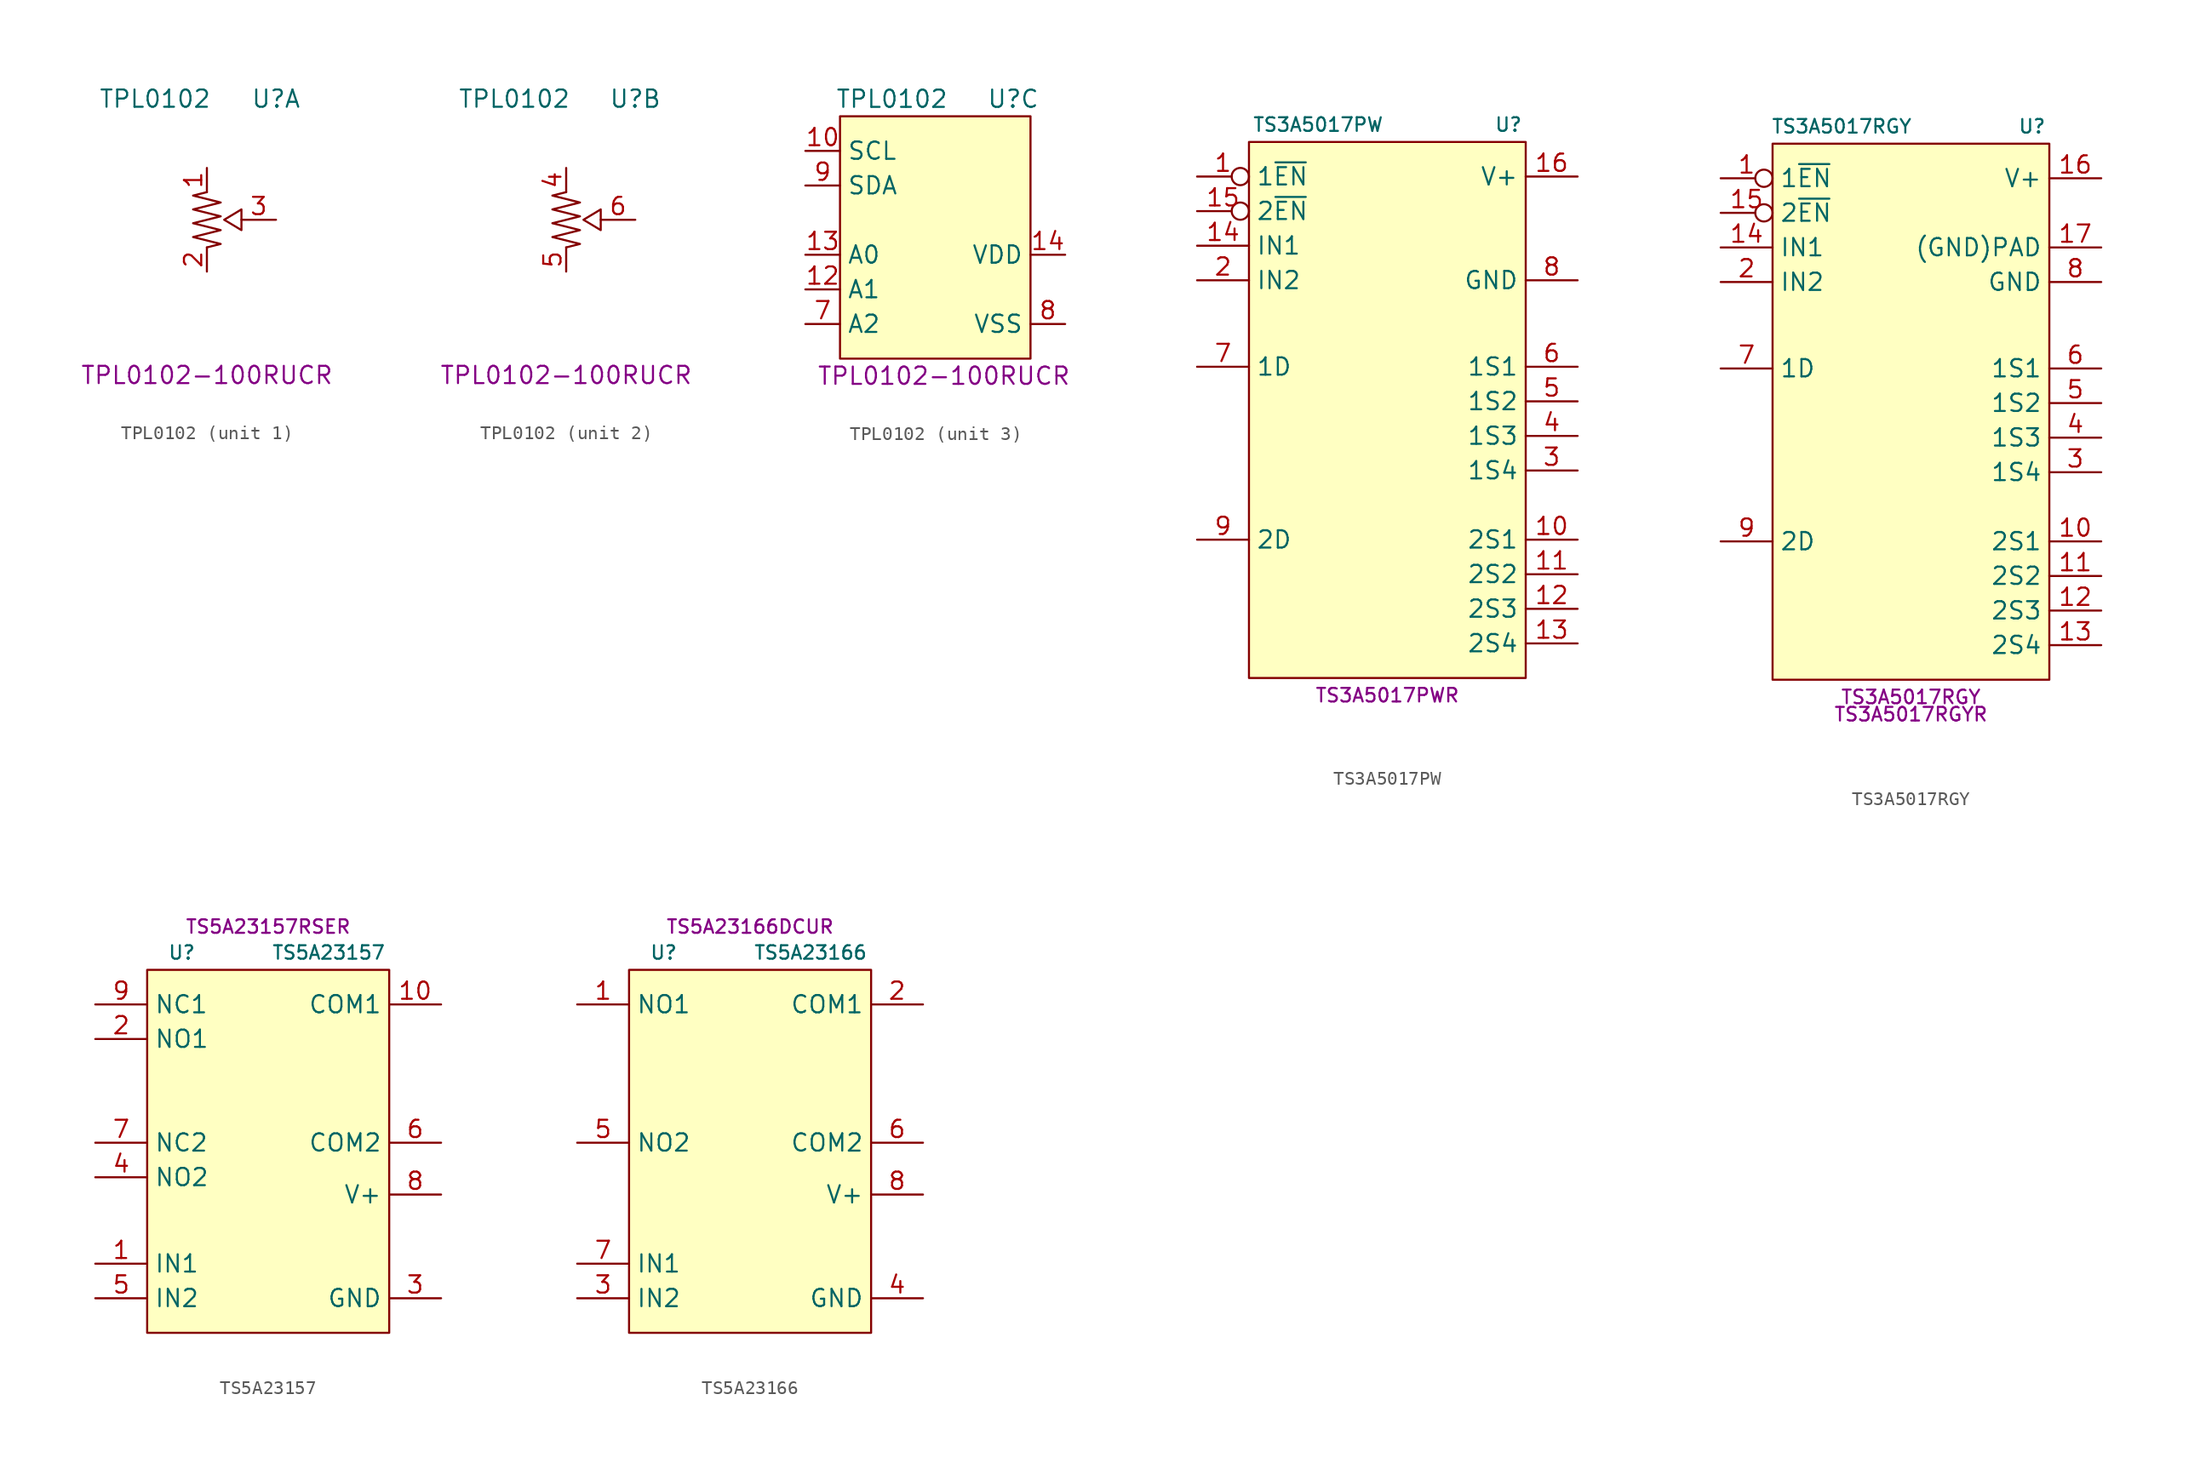
<source format=kicad_sym>
(kicad_symbol_lib
  (version 20231120)
  (generator "kicad_symbol_editor")
  (generator_version "8.0")
  (symbol "TPL0102"
    (property "Reference" "U"
      (at 5.08 8.89 0)
      (effects (font (size 1.27 1.27))))
    (property "Value" "TPL0102"
      (at -3.81 8.89 0)
      (effects (font (size 1.27 1.27))))
    (property "MPN" "TPL0102-100RUCR"
      (at 0 -11.43 0)
      (effects (font (size 1.27 1.27))))
    (property "ki_locked" ""
      (at 0 0 0)
      (effects (font (size 1.27 1.27))))
    (symbol "TPL0102_1_1"
      (polyline (pts (xy 2.54 0.762) (xy 1.27 0) (xy 2.54 -0.762) (xy 2.54 0.762)) (stroke (width 0) (type default)) (fill (type none)))
      (polyline (pts (xy 0 2.032) (xy -1.016 1.778) (xy 1.016 1.27) (xy -1.016 0.762) (xy 1.016 0.254) (xy -1.016 -0.254) (xy 1.016 -0.762) (xy -1.016 -1.27) (xy 1.016 -1.778) (xy 0 -2.032)) (stroke (width 0) (type default)) (fill (type none)))
      (pin passive line (at 0 3.81 270) (length 1.778) (name "~" (effects (font (size 1.27 1.27)))) (number "1" (effects (font (size 1.27 1.27)))))
      (pin passive line (at 0 -3.81 90) (length 1.778) (name "~" (effects (font (size 1.27 1.27)))) (number "2" (effects (font (size 1.27 1.27)))))
      (pin passive line (at 5.08 0 180) (length 2.54) (name "~" (effects (font (size 1.27 1.27)))) (number "3" (effects (font (size 1.27 1.27))))))
    (symbol "TPL0102_2_1"
      (polyline (pts (xy 2.54 0.762) (xy 1.27 0) (xy 2.54 -0.762) (xy 2.54 0.762)) (stroke (width 0) (type default)) (fill (type none)))
      (polyline (pts (xy 0 2.032) (xy -1.016 1.778) (xy 1.016 1.27) (xy -1.016 0.762) (xy 1.016 0.254) (xy -1.016 -0.254) (xy 1.016 -0.762) (xy -1.016 -1.27) (xy 1.016 -1.778) (xy 0 -2.032)) (stroke (width 0) (type default)) (fill (type none)))
      (pin passive line (at 0 3.81 270) (length 1.778) (name "~" (effects (font (size 1.27 1.27)))) (number "4" (effects (font (size 1.27 1.27)))))
      (pin passive line (at 0 -3.81 90) (length 1.778) (name "~" (effects (font (size 1.27 1.27)))) (number "5" (effects (font (size 1.27 1.27)))))
      (pin passive line (at 5.08 0 180) (length 2.54) (name "~" (effects (font (size 1.27 1.27)))) (number "6" (effects (font (size 1.27 1.27))))))
    (symbol "TPL0102_3_1"
      (rectangle (start -7.62 -10.16) (end 6.35 7.62) (stroke (width 0) (type default)) (fill (type background)))
      (pin input line (at -10.16 5.08 0) (length 2.54) (name "SCL" (effects (font (size 1.27 1.27)))) (number "10" (effects (font (size 1.27 1.27)))))
      (pin passive line (at -10.16 -5.08 0) (length 2.54) (name "A1" (effects (font (size 1.27 1.27)))) (number "12" (effects (font (size 1.27 1.27)))))
      (pin passive line (at -10.16 -2.54 0) (length 2.54) (name "A0" (effects (font (size 1.27 1.27)))) (number "13" (effects (font (size 1.27 1.27)))))
      (pin power_in line (at 8.89 -2.54 180) (length 2.54) (name "VDD" (effects (font (size 1.27 1.27)))) (number "14" (effects (font (size 1.27 1.27)))))
      (pin passive line (at -10.16 -7.62 0) (length 2.54) (name "A2" (effects (font (size 1.27 1.27)))) (number "7" (effects (font (size 1.27 1.27)))))
      (pin power_in line (at 8.89 -7.62 180) (length 2.54) (name "VSS" (effects (font (size 1.27 1.27)))) (number "8" (effects (font (size 1.27 1.27)))))
      (pin bidirectional line (at -10.16 2.54 0) (length 2.54) (name "SDA" (effects (font (size 1.27 1.27)))) (number "9" (effects (font (size 1.27 1.27)))))))
  (symbol "TS3A5017PW"
    (property "Reference" "U"
      (at 8.89 20.32 0)
      (effects (font (size 1 1))))
    (property "Value" "TS3A5017PW"
      (at -5.08 20.32 0)
      (effects (font (size 1 1))))
    (property "MPN" "TS3A5017PWR"
      (at 0 -21.59 0)
      (effects (font (size 1 1))))
    (symbol "TS3A5017PW_0_1"
      (rectangle (start -10.16 19.05) (end 10.16 -20.32) (stroke (width 0.152) (type default)) (fill (type background))))
    (symbol "TS3A5017PW_1_1"
      (pin input inverted (at -13.97 16.51 0) (length 3.81) (name "1~{EN}" (effects (font (size 1.27 1.27)))) (number "1" (effects (font (size 1.27 1.27)))))
      (pin passive line (at 13.97 -10.16 180) (length 3.81) (name "2S1" (effects (font (size 1.27 1.27)))) (number "10" (effects (font (size 1.27 1.27)))))
      (pin passive line (at 13.97 -12.7 180) (length 3.81) (name "2S2" (effects (font (size 1.27 1.27)))) (number "11" (effects (font (size 1.27 1.27)))))
      (pin passive line (at 13.97 -15.24 180) (length 3.81) (name "2S3" (effects (font (size 1.27 1.27)))) (number "12" (effects (font (size 1.27 1.27)))))
      (pin passive line (at 13.97 -17.78 180) (length 3.81) (name "2S4" (effects (font (size 1.27 1.27)))) (number "13" (effects (font (size 1.27 1.27)))))
      (pin input line (at -13.97 11.43 0) (length 3.81) (name "IN1" (effects (font (size 1.27 1.27)))) (number "14" (effects (font (size 1.27 1.27)))))
      (pin input inverted (at -13.97 13.97 0) (length 3.81) (name "2~{EN}" (effects (font (size 1.27 1.27)))) (number "15" (effects (font (size 1.27 1.27)))))
      (pin power_in line (at 13.97 16.51 180) (length 3.81) (name "V+" (effects (font (size 1.27 1.27)))) (number "16" (effects (font (size 1.27 1.27)))))
      (pin input line (at -13.97 8.89 0) (length 3.81) (name "IN2" (effects (font (size 1.27 1.27)))) (number "2" (effects (font (size 1.27 1.27)))))
      (pin passive line (at 13.97 -5.08 180) (length 3.81) (name "1S4" (effects (font (size 1.27 1.27)))) (number "3" (effects (font (size 1.27 1.27)))))
      (pin passive line (at 13.97 -2.54 180) (length 3.81) (name "1S3" (effects (font (size 1.27 1.27)))) (number "4" (effects (font (size 1.27 1.27)))))
      (pin passive line (at 13.97 0 180) (length 3.81) (name "1S2" (effects (font (size 1.27 1.27)))) (number "5" (effects (font (size 1.27 1.27)))))
      (pin passive line (at 13.97 2.54 180) (length 3.81) (name "1S1" (effects (font (size 1.27 1.27)))) (number "6" (effects (font (size 1.27 1.27)))))
      (pin passive line (at -13.97 2.54 0) (length 3.81) (name "1D" (effects (font (size 1.27 1.27)))) (number "7" (effects (font (size 1.27 1.27)))))
      (pin power_in line (at 13.97 8.89 180) (length 3.81) (name "GND" (effects (font (size 1.27 1.27)))) (number "8" (effects (font (size 1.27 1.27)))))
      (pin passive line (at -13.97 -10.16 0) (length 3.81) (name "2D" (effects (font (size 1.27 1.27)))) (number "9" (effects (font (size 1.27 1.27)))))))
  (symbol "TS3A5017RGY"
    (property "Reference" "U"
      (at 8.89 20.32 0)
      (effects (font (size 1 1))))
    (property "Value" "TS3A5017RGY"
      (at -5.08 20.32 0)
      (effects (font (size 1 1))))
    (property "MPN" "TS3A5017RGY"
      (at 0 -21.59 0)
      (effects (font (size 1 1))))
    (property "MPN2" "TS3A5017RGYR"
      (at 0 -22.86 0)
      (effects (font (size 1 1))))
    (symbol "TS3A5017RGY_0_1"
      (rectangle (start -10.16 19.05) (end 10.16 -20.32) (stroke (width 0.152) (type default)) (fill (type background))))
    (symbol "TS3A5017RGY_1_1"
      (pin input inverted (at -13.97 16.51 0) (length 3.81) (name "1~{EN}" (effects (font (size 1.27 1.27)))) (number "1" (effects (font (size 1.27 1.27)))))
      (pin passive line (at 13.97 -10.16 180) (length 3.81) (name "2S1" (effects (font (size 1.27 1.27)))) (number "10" (effects (font (size 1.27 1.27)))))
      (pin passive line (at 13.97 -12.7 180) (length 3.81) (name "2S2" (effects (font (size 1.27 1.27)))) (number "11" (effects (font (size 1.27 1.27)))))
      (pin passive line (at 13.97 -15.24 180) (length 3.81) (name "2S3" (effects (font (size 1.27 1.27)))) (number "12" (effects (font (size 1.27 1.27)))))
      (pin passive line (at 13.97 -17.78 180) (length 3.81) (name "2S4" (effects (font (size 1.27 1.27)))) (number "13" (effects (font (size 1.27 1.27)))))
      (pin input line (at -13.97 11.43 0) (length 3.81) (name "IN1" (effects (font (size 1.27 1.27)))) (number "14" (effects (font (size 1.27 1.27)))))
      (pin input inverted (at -13.97 13.97 0) (length 3.81) (name "2~{EN}" (effects (font (size 1.27 1.27)))) (number "15" (effects (font (size 1.27 1.27)))))
      (pin power_in line (at 13.97 16.51 180) (length 3.81) (name "V+" (effects (font (size 1.27 1.27)))) (number "16" (effects (font (size 1.27 1.27)))))
      (pin passive line (at 13.97 11.43 180) (length 3.81) (name "(GND)PAD" (effects (font (size 1.27 1.27)))) (number "17" (effects (font (size 1.27 1.27)))))
      (pin input line (at -13.97 8.89 0) (length 3.81) (name "IN2" (effects (font (size 1.27 1.27)))) (number "2" (effects (font (size 1.27 1.27)))))
      (pin passive line (at 13.97 -5.08 180) (length 3.81) (name "1S4" (effects (font (size 1.27 1.27)))) (number "3" (effects (font (size 1.27 1.27)))))
      (pin passive line (at 13.97 -2.54 180) (length 3.81) (name "1S3" (effects (font (size 1.27 1.27)))) (number "4" (effects (font (size 1.27 1.27)))))
      (pin passive line (at 13.97 0 180) (length 3.81) (name "1S2" (effects (font (size 1.27 1.27)))) (number "5" (effects (font (size 1.27 1.27)))))
      (pin passive line (at 13.97 2.54 180) (length 3.81) (name "1S1" (effects (font (size 1.27 1.27)))) (number "6" (effects (font (size 1.27 1.27)))))
      (pin passive line (at -13.97 2.54 0) (length 3.81) (name "1D" (effects (font (size 1.27 1.27)))) (number "7" (effects (font (size 1.27 1.27)))))
      (pin power_in line (at 13.97 8.89 180) (length 3.81) (name "GND" (effects (font (size 1.27 1.27)))) (number "8" (effects (font (size 1.27 1.27)))))
      (pin passive line (at -13.97 -10.16 0) (length 3.81) (name "2D" (effects (font (size 1.27 1.27)))) (number "9" (effects (font (size 1.27 1.27)))))))
  (symbol "TS5A23157"
    (property "Reference" "U"
      (at -6.35 11.43 0)
      (effects (font (size 0.991 0.991))))
    (property "Value" "TS5A23157"
      (at 4.445 11.43 0)
      (effects (font (size 0.991 0.991))))
    (property "MPN" "TS5A23157RSER"
      (at 0 13.335 0)
      (effects (font (size 0.991 0.991))))
    (symbol "TS5A23157_0_1"
      (rectangle (start -8.89 10.16) (end 8.89 -16.51) (stroke (width 0) (type default)) (fill (type background)))
      (pin passive line (at -12.7 -11.43 0) (length 3.81) (name "IN1" (effects (font (size 1.27 1.27)))) (number "1" (effects (font (size 1.27 1.27)))))
      (pin passive line (at 12.7 7.62 180) (length 3.81) (name "COM1" (effects (font (size 1.27 1.27)))) (number "10" (effects (font (size 1.27 1.27)))))
      (pin passive line (at -12.7 5.08 0) (length 3.81) (name "NO1" (effects (font (size 1.27 1.27)))) (number "2" (effects (font (size 1.27 1.27)))))
      (pin power_in line (at 12.7 -13.97 180) (length 3.81) (name "GND" (effects (font (size 1.27 1.27)))) (number "3" (effects (font (size 1.27 1.27)))))
      (pin passive line (at -12.7 -5.08 0) (length 3.81) (name "NO2" (effects (font (size 1.27 1.27)))) (number "4" (effects (font (size 1.27 1.27)))))
      (pin passive line (at -12.7 -13.97 0) (length 3.81) (name "IN2" (effects (font (size 1.27 1.27)))) (number "5" (effects (font (size 1.27 1.27)))))
      (pin passive line (at 12.7 -2.54 180) (length 3.81) (name "COM2" (effects (font (size 1.27 1.27)))) (number "6" (effects (font (size 1.27 1.27)))))
      (pin passive line (at -12.7 -2.54 0) (length 3.81) (name "NC2" (effects (font (size 1.27 1.27)))) (number "7" (effects (font (size 1.27 1.27)))))
      (pin power_in line (at 12.7 -6.35 180) (length 3.81) (name "V+" (effects (font (size 1.27 1.27)))) (number "8" (effects (font (size 1.27 1.27)))))
      (pin passive line (at -12.7 7.62 0) (length 3.81) (name "NC1" (effects (font (size 1.27 1.27)))) (number "9" (effects (font (size 1.27 1.27)))))))
  (symbol "TS5A23166"
    (property "Reference" "U"
      (at -6.35 11.43 0)
      (effects (font (size 0.991 0.991))))
    (property "Value" "TS5A23166"
      (at 4.445 11.43 0)
      (effects (font (size 0.991 0.991))))
    (property "MPN" "TS5A23166DCUR"
      (at 0 13.335 0)
      (effects (font (size 0.991 0.991))))
    (symbol "TS5A23166_0_1"
      (rectangle (start -8.89 10.16) (end 8.89 -16.51) (stroke (width 0) (type default)) (fill (type background)))
      (pin passive line (at -12.7 7.62 0) (length 3.81) (name "NO1" (effects (font (size 1.27 1.27)))) (number "1" (effects (font (size 1.27 1.27)))))
      (pin passive line (at 12.7 7.62 180) (length 3.81) (name "COM1" (effects (font (size 1.27 1.27)))) (number "2" (effects (font (size 1.27 1.27)))))
      (pin passive line (at -12.7 -13.97 0) (length 3.81) (name "IN2" (effects (font (size 1.27 1.27)))) (number "3" (effects (font (size 1.27 1.27)))))
      (pin power_in line (at 12.7 -13.97 180) (length 3.81) (name "GND" (effects (font (size 1.27 1.27)))) (number "4" (effects (font (size 1.27 1.27)))))
      (pin passive line (at -12.7 -2.54 0) (length 3.81) (name "NO2" (effects (font (size 1.27 1.27)))) (number "5" (effects (font (size 1.27 1.27)))))
      (pin passive line (at 12.7 -2.54 180) (length 3.81) (name "COM2" (effects (font (size 1.27 1.27)))) (number "6" (effects (font (size 1.27 1.27)))))
      (pin passive line (at -12.7 -11.43 0) (length 3.81) (name "IN1" (effects (font (size 1.27 1.27)))) (number "7" (effects (font (size 1.27 1.27)))))
      (pin power_in line (at 12.7 -6.35 180) (length 3.81) (name "V+" (effects (font (size 1.27 1.27)))) (number "8" (effects (font (size 1.27 1.27))))))))
</source>
